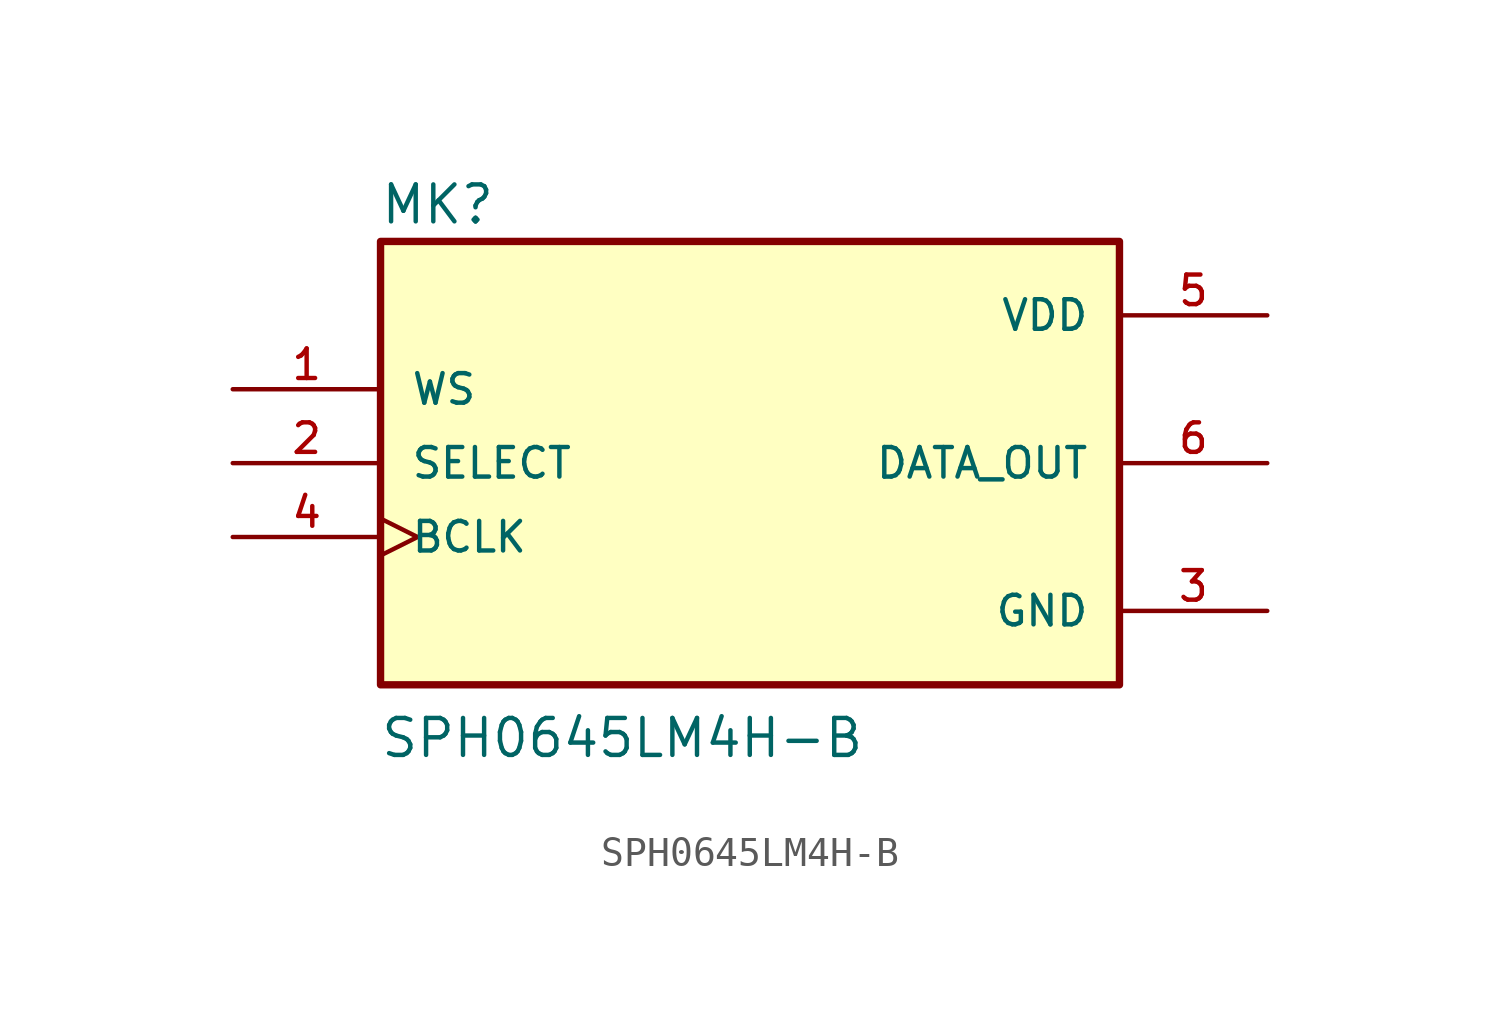
<source format=kicad_sym>
(kicad_symbol_lib
  (version 20220914)
  (generator kicad_symbol_editor)
  (symbol "SPH0645LM4H-B"
    (pin_names
      (offset 1.016))
    (property "Reference" "MK"
      (at -12.74 8.147 0)
      (effects (font (size 1.27 1.27)) (justify left bottom)))
    (property "Value" "SPH0645LM4H-B"
      (at -12.747 -10.193 0)
      (effects (font (size 1.27 1.27)) (justify left bottom)))
    (symbol "SPH0645LM4H-B_0_0"
      (rectangle (start -12.7 -7.62) (end 12.7 7.62) (stroke (width 0.254) (type default)) (fill (type background)))
      (pin input line (at -17.78 2.54 0) (length 5.08) (name "WS" (effects (font (size 1.016 1.016)))) (number "1" (effects (font (size 1.016 1.016)))))
      (pin input line (at -17.78 0 0) (length 5.08) (name "SELECT" (effects (font (size 1.016 1.016)))) (number "2" (effects (font (size 1.016 1.016)))))
      (pin power_in line (at 17.78 -5.08 180) (length 5.08) (name "GND" (effects (font (size 1.016 1.016)))) (number "3" (effects (font (size 1.016 1.016)))))
      (pin input clock (at -17.78 -2.54 0) (length 5.08) (name "BCLK" (effects (font (size 1.016 1.016)))) (number "4" (effects (font (size 1.016 1.016)))))
      (pin power_in line (at 17.78 5.08 180) (length 5.08) (name "VDD" (effects (font (size 1.016 1.016)))) (number "5" (effects (font (size 1.016 1.016)))))
      (pin output line (at 17.78 0 180) (length 5.08) (name "DATA_OUT" (effects (font (size 1.016 1.016)))) (number "6" (effects (font (size 1.016 1.016))))))))
</source>
